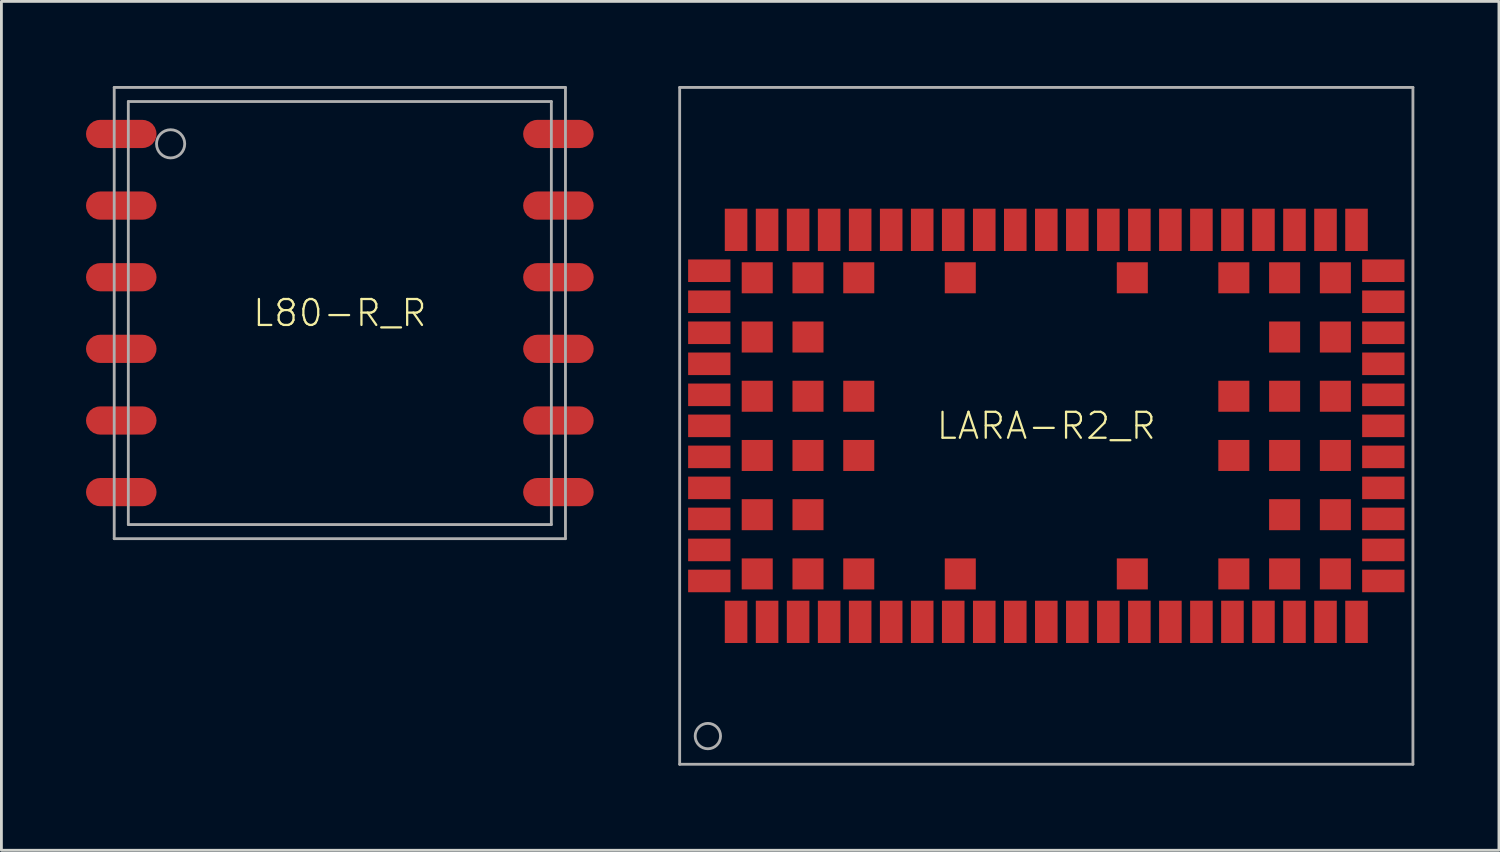
<source format=kicad_pcb>
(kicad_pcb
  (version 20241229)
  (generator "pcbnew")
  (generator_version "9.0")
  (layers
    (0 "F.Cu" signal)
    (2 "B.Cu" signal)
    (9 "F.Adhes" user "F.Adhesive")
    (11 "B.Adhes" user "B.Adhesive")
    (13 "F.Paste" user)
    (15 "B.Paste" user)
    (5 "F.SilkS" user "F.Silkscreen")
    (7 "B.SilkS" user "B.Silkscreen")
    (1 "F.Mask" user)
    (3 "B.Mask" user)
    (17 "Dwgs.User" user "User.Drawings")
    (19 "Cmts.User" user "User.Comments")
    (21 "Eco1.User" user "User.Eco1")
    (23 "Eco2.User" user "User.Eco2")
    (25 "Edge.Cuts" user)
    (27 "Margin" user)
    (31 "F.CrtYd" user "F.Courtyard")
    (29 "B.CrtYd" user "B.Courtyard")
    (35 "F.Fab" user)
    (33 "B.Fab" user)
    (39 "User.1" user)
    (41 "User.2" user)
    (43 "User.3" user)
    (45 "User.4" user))
  (footprint "L80-R_R"
    (layer "F.Cu")
    (at 9 8.05)
    (property "Reference" "L80-R_R" (at 0 0 0) (unlocked yes) (layer "F.SilkS") (effects (font (size 0.92 0.92) (thickness 0.08))))
    (fp_line (start -8 -8) (end 8 -8) (stroke (width 0.1) (type solid)) (layer "F.Fab"))
    (fp_line (start -8 8) (end -8 -8) (stroke (width 0.1) (type solid)) (layer "F.Fab"))
    (fp_line (start -7.5 -7.5) (end 7.5 -7.5) (stroke (width 0.1) (type solid)) (layer "F.Fab"))
    (fp_line (start -7.5 7.5) (end -7.5 -7.5) (stroke (width 0.1) (type solid)) (layer "F.Fab"))
    (fp_line (start 7.5 -7.5) (end 7.5 7.5) (stroke (width 0.1) (type solid)) (layer "F.Fab"))
    (fp_line (start 7.5 7.5) (end -7.5 7.5) (stroke (width 0.1) (type solid)) (layer "F.Fab"))
    (fp_line (start 8 -8) (end 8 8) (stroke (width 0.1) (type solid)) (layer "F.Fab"))
    (fp_line (start 8 8) (end -8 8) (stroke (width 0.1) (type solid)) (layer "F.Fab"))
    (fp_circle (center -6 -6) (end -5.5 -6) (stroke (width 0.1) (type solid)) (fill no) (layer "F.Fab"))
    (pad "1" smd roundrect (at -7.75 -6.35) (size 2.5 1) (layers "F.Cu" "F.Mask" "F.Paste") (roundrect_rratio 0.5))
    (pad "2" smd roundrect (at -7.75 -3.81) (size 2.5 1) (layers "F.Cu" "F.Mask" "F.Paste") (roundrect_rratio 0.5))
    (pad "3" smd roundrect (at -7.75 -1.27) (size 2.5 1) (layers "F.Cu" "F.Mask" "F.Paste") (roundrect_rratio 0.5))
    (pad "4" smd roundrect (at -7.75 1.27) (size 2.5 1) (layers "F.Cu" "F.Mask" "F.Paste") (roundrect_rratio 0.5))
    (pad "5" smd roundrect (at -7.75 3.81) (size 2.5 1) (layers "F.Cu" "F.Mask" "F.Paste") (roundrect_rratio 0.5))
    (pad "6" smd roundrect (at -7.75 6.35) (size 2.5 1) (layers "F.Cu" "F.Mask" "F.Paste") (roundrect_rratio 0.5))
    (pad "7" smd roundrect (at 7.75 6.35) (size 2.5 1) (layers "F.Cu" "F.Mask" "F.Paste") (roundrect_rratio 0.5))
    (pad "8" smd roundrect (at 7.75 3.81) (size 2.5 1) (layers "F.Cu" "F.Mask" "F.Paste") (roundrect_rratio 0.5))
    (pad "9" smd roundrect (at 7.75 1.27) (size 2.5 1) (layers "F.Cu" "F.Mask" "F.Paste") (roundrect_rratio 0.5))
    (pad "10" smd roundrect (at 7.75 -1.27) (size 2.5 1) (layers "F.Cu" "F.Mask" "F.Paste") (roundrect_rratio 0.5))
    (pad "11" smd roundrect (at 7.75 -3.81) (size 2.5 1) (layers "F.Cu" "F.Mask" "F.Paste") (roundrect_rratio 0.5))
    (pad "12" smd roundrect (at 7.75 -6.35) (size 2.5 1) (layers "F.Cu" "F.Mask" "F.Paste") (roundrect_rratio 0.5)))
  (footprint "LARA-R2_R"
    (layer "F.Cu")
    (at 34.05 12.05)
    (property "Reference" "LARA-R2_R" (at 0 0 0) (unlocked yes) (layer "F.SilkS") (effects (font (size 0.92 0.92) (thickness 0.08))))
    (fp_line (start -13 -12) (end -13 12) (stroke (width 0.1) (type solid)) (layer "F.Fab"))
    (fp_line (start -13 12) (end 13 12) (stroke (width 0.1) (type solid)) (layer "F.Fab"))
    (fp_line (start 13 -12) (end -13 -12) (stroke (width 0.1) (type solid)) (layer "F.Fab"))
    (fp_line (start 13 12) (end 13 -12) (stroke (width 0.1) (type solid)) (layer "F.Fab"))
    (fp_circle (center -12 11) (end -11.55 11) (stroke (width 0.1) (type solid)) (fill no) (layer "F.Fab"))
    (pad "1" smd rect (at -11 6.95) (size 0.8 1.5) (layers "F.Cu" "F.Mask" "F.Paste"))
    (pad "2" smd rect (at -9.9 6.95) (size 0.8 1.5) (layers "F.Cu" "F.Mask" "F.Paste"))
    (pad "3" smd rect (at -8.8 6.95) (size 0.8 1.5) (layers "F.Cu" "F.Mask" "F.Paste"))
    (pad "4" smd rect (at -7.7 6.95) (size 0.8 1.5) (layers "F.Cu" "F.Mask" "F.Paste"))
    (pad "5" smd rect (at -6.6 6.95) (size 0.8 1.5) (layers "F.Cu" "F.Mask" "F.Paste"))
    (pad "6" smd rect (at -5.5 6.95) (size 0.8 1.5) (layers "F.Cu" "F.Mask" "F.Paste"))
    (pad "7" smd rect (at -4.4 6.95) (size 0.8 1.5) (layers "F.Cu" "F.Mask" "F.Paste"))
    (pad "8" smd rect (at -3.3 6.95) (size 0.8 1.5) (layers "F.Cu" "F.Mask" "F.Paste"))
    (pad "9" smd rect (at -2.2 6.95) (size 0.8 1.5) (layers "F.Cu" "F.Mask" "F.Paste"))
    (pad "10" smd rect (at -1.1 6.95) (size 0.8 1.5) (layers "F.Cu" "F.Mask" "F.Paste"))
    (pad "11" smd rect (at 0 6.95) (size 0.8 1.5) (layers "F.Cu" "F.Mask" "F.Paste"))
    (pad "12" smd rect (at 1.1 6.95) (size 0.8 1.5) (layers "F.Cu" "F.Mask" "F.Paste"))
    (pad "13" smd rect (at 2.2 6.95) (size 0.8 1.5) (layers "F.Cu" "F.Mask" "F.Paste"))
    (pad "14" smd rect (at 3.3 6.95) (size 0.8 1.5) (layers "F.Cu" "F.Mask" "F.Paste"))
    (pad "15" smd rect (at 4.4 6.95) (size 0.8 1.5) (layers "F.Cu" "F.Mask" "F.Paste"))
    (pad "16" smd rect (at 5.5 6.95) (size 0.8 1.5) (layers "F.Cu" "F.Mask" "F.Paste"))
    (pad "17" smd rect (at 6.6 6.95) (size 0.8 1.5) (layers "F.Cu" "F.Mask" "F.Paste"))
    (pad "18" smd rect (at 7.7 6.95) (size 0.8 1.5) (layers "F.Cu" "F.Mask" "F.Paste"))
    (pad "19" smd rect (at 8.8 6.95) (size 0.8 1.5) (layers "F.Cu" "F.Mask" "F.Paste"))
    (pad "20" smd rect (at 9.9 6.95) (size 0.8 1.5) (layers "F.Cu" "F.Mask" "F.Paste"))
    (pad "21" smd rect (at 11 6.95) (size 0.8 1.5) (layers "F.Cu" "F.Mask" "F.Paste"))
    (pad "22" smd rect (at 11.95 5.5 90) (size 0.8 1.5) (layers "F.Cu" "F.Mask" "F.Paste"))
    (pad "23" smd rect (at 11.95 4.4 90) (size 0.8 1.5) (layers "F.Cu" "F.Mask" "F.Paste"))
    (pad "24" smd rect (at 11.95 3.3 90) (size 0.8 1.5) (layers "F.Cu" "F.Mask" "F.Paste"))
    (pad "25" smd rect (at 11.95 2.2 90) (size 0.8 1.5) (layers "F.Cu" "F.Mask" "F.Paste"))
    (pad "26" smd rect (at 11.95 1.1 90) (size 0.8 1.5) (layers "F.Cu" "F.Mask" "F.Paste"))
    (pad "27" smd rect (at 11.95 0 90) (size 0.8 1.5) (layers "F.Cu" "F.Mask" "F.Paste"))
    (pad "28" smd rect (at 11.95 -1.1 90) (size 0.8 1.5) (layers "F.Cu" "F.Mask" "F.Paste"))
    (pad "29" smd rect (at 11.95 -2.2 90) (size 0.8 1.5) (layers "F.Cu" "F.Mask" "F.Paste"))
    (pad "30" smd rect (at 11.95 -3.3 90) (size 0.8 1.5) (layers "F.Cu" "F.Mask" "F.Paste"))
    (pad "31" smd rect (at 11.95 -4.4 90) (size 0.8 1.5) (layers "F.Cu" "F.Mask" "F.Paste"))
    (pad "32" smd rect (at 11.95 -5.5 90) (size 0.8 1.5) (layers "F.Cu" "F.Mask" "F.Paste"))
    (pad "33" smd rect (at 11 -6.95 180) (size 0.8 1.5) (layers "F.Cu" "F.Mask" "F.Paste"))
    (pad "34" smd rect (at 9.9 -6.95 180) (size 0.8 1.5) (layers "F.Cu" "F.Mask" "F.Paste"))
    (pad "35" smd rect (at 8.8 -6.95 180) (size 0.8 1.5) (layers "F.Cu" "F.Mask" "F.Paste"))
    (pad "36" smd rect (at 7.7 -6.95 180) (size 0.8 1.5) (layers "F.Cu" "F.Mask" "F.Paste"))
    (pad "37" smd rect (at 6.6 -6.95 180) (size 0.8 1.5) (layers "F.Cu" "F.Mask" "F.Paste"))
    (pad "38" smd rect (at 5.5 -6.95 180) (size 0.8 1.5) (layers "F.Cu" "F.Mask" "F.Paste"))
    (pad "39" smd rect (at 4.4 -6.95 180) (size 0.8 1.5) (layers "F.Cu" "F.Mask" "F.Paste"))
    (pad "40" smd rect (at 3.3 -6.95 180) (size 0.8 1.5) (layers "F.Cu" "F.Mask" "F.Paste"))
    (pad "41" smd rect (at 2.2 -6.95 180) (size 0.8 1.5) (layers "F.Cu" "F.Mask" "F.Paste"))
    (pad "42" smd rect (at 1.1 -6.95 180) (size 0.8 1.5) (layers "F.Cu" "F.Mask" "F.Paste"))
    (pad "43" smd rect (at 0 -6.95 180) (size 0.8 1.5) (layers "F.Cu" "F.Mask" "F.Paste"))
    (pad "44" smd rect (at -1.1 -6.95 180) (size 0.8 1.5) (layers "F.Cu" "F.Mask" "F.Paste"))
    (pad "45" smd rect (at -2.2 -6.95 180) (size 0.8 1.5) (layers "F.Cu" "F.Mask" "F.Paste"))
    (pad "46" smd rect (at -3.3 -6.95 180) (size 0.8 1.5) (layers "F.Cu" "F.Mask" "F.Paste"))
    (pad "47" smd rect (at -4.4 -6.95 180) (size 0.8 1.5) (layers "F.Cu" "F.Mask" "F.Paste"))
    (pad "48" smd rect (at -5.5 -6.95 180) (size 0.8 1.5) (layers "F.Cu" "F.Mask" "F.Paste"))
    (pad "49" smd rect (at -6.6 -6.95 180) (size 0.8 1.5) (layers "F.Cu" "F.Mask" "F.Paste"))
    (pad "50" smd rect (at -7.7 -6.95 180) (size 0.8 1.5) (layers "F.Cu" "F.Mask" "F.Paste"))
    (pad "51" smd rect (at -8.8 -6.95 180) (size 0.8 1.5) (layers "F.Cu" "F.Mask" "F.Paste"))
    (pad "52" smd rect (at -9.9 -6.95 180) (size 0.8 1.5) (layers "F.Cu" "F.Mask" "F.Paste"))
    (pad "53" smd rect (at -11 -6.95 180) (size 0.8 1.5) (layers "F.Cu" "F.Mask" "F.Paste"))
    (pad "54" smd rect (at -11.95 -5.5 90) (size 0.8 1.5) (layers "F.Cu" "F.Mask" "F.Paste"))
    (pad "55" smd rect (at -11.95 -4.4 270) (size 0.8 1.5) (layers "F.Cu" "F.Mask" "F.Paste"))
    (pad "56" smd rect (at -11.95 -3.3 270) (size 0.8 1.5) (layers "F.Cu" "F.Mask" "F.Paste"))
    (pad "57" smd rect (at -11.95 -2.2 270) (size 0.8 1.5) (layers "F.Cu" "F.Mask" "F.Paste"))
    (pad "58" smd rect (at -11.95 -1.1 270) (size 0.8 1.5) (layers "F.Cu" "F.Mask" "F.Paste"))
    (pad "59" smd rect (at -11.95 0 270) (size 0.8 1.5) (layers "F.Cu" "F.Mask" "F.Paste"))
    (pad "60" smd rect (at -11.95 1.1 270) (size 0.8 1.5) (layers "F.Cu" "F.Mask" "F.Paste"))
    (pad "61" smd rect (at -11.95 2.2 270) (size 0.8 1.5) (layers "F.Cu" "F.Mask" "F.Paste"))
    (pad "62" smd rect (at -11.95 3.3 270) (size 0.8 1.5) (layers "F.Cu" "F.Mask" "F.Paste"))
    (pad "63" smd rect (at -11.95 4.4 270) (size 0.8 1.5) (layers "F.Cu" "F.Mask" "F.Paste"))
    (pad "64" smd rect (at -11.95 5.5 270) (size 0.8 1.5) (layers "F.Cu" "F.Mask" "F.Paste"))
    (pad "65" smd rect (at -10.25 5.25) (size 1.1 1.1) (layers "F.Cu" "F.Mask" "F.Paste"))
    (pad "66" smd rect (at -10.25 3.15) (size 1.1 1.1) (layers "F.Cu" "F.Mask" "F.Paste"))
    (pad "67" smd rect (at -10.25 1.05) (size 1.1 1.1) (layers "F.Cu" "F.Mask" "F.Paste"))
    (pad "68" smd rect (at -10.25 -1.05) (size 1.1 1.1) (layers "F.Cu" "F.Mask" "F.Paste"))
    (pad "69" smd rect (at -10.25 -3.15) (size 1.1 1.1) (layers "F.Cu" "F.Mask" "F.Paste"))
    (pad "70" smd rect (at -10.25 -5.25) (size 1.1 1.1) (layers "F.Cu" "F.Mask" "F.Paste"))
    (pad "71" smd rect (at -8.45 5.25) (size 1.1 1.1) (layers "F.Cu" "F.Mask" "F.Paste"))
    (pad "72" smd rect (at -8.45 3.15) (size 1.1 1.1) (layers "F.Cu" "F.Mask" "F.Paste"))
    (pad "73" smd rect (at -8.45 1.05) (size 1.1 1.1) (layers "F.Cu" "F.Mask" "F.Paste"))
    (pad "74" smd rect (at -8.45 -1.05) (size 1.1 1.1) (layers "F.Cu" "F.Mask" "F.Paste"))
    (pad "75" smd rect (at -8.45 -3.15) (size 1.1 1.1) (layers "F.Cu" "F.Mask" "F.Paste"))
    (pad "76" smd rect (at -8.45 -5.25) (size 1.1 1.1) (layers "F.Cu" "F.Mask" "F.Paste"))
    (pad "77" smd rect (at -6.65 5.25) (size 1.1 1.1) (layers "F.Cu" "F.Mask" "F.Paste"))
    (pad "78" smd rect (at -6.65 -5.25) (size 1.1 1.1) (layers "F.Cu" "F.Mask" "F.Paste"))
    (pad "79" smd rect (at -3.05 5.25) (size 1.1 1.1) (layers "F.Cu" "F.Mask" "F.Paste"))
    (pad "80" smd rect (at -3.05 -5.25) (size 1.1 1.1) (layers "F.Cu" "F.Mask" "F.Paste"))
    (pad "81" smd rect (at 3.05 5.25) (size 1.1 1.1) (layers "F.Cu" "F.Mask" "F.Paste"))
    (pad "82" smd rect (at 3.05 -5.25) (size 1.1 1.1) (layers "F.Cu" "F.Mask" "F.Paste"))
    (pad "83" smd rect (at 6.65 5.25) (size 1.1 1.1) (layers "F.Cu" "F.Mask" "F.Paste"))
    (pad "84" smd rect (at 6.65 -5.25) (size 1.1 1.1) (layers "F.Cu" "F.Mask" "F.Paste"))
    (pad "85" smd rect (at 8.45 5.25) (size 1.1 1.1) (layers "F.Cu" "F.Mask" "F.Paste"))
    (pad "86" smd rect (at 8.45 3.15) (size 1.1 1.1) (layers "F.Cu" "F.Mask" "F.Paste"))
    (pad "87" smd rect (at 8.45 1.05) (size 1.1 1.1) (layers "F.Cu" "F.Mask" "F.Paste"))
    (pad "88" smd rect (at 8.45 -1.05) (size 1.1 1.1) (layers "F.Cu" "F.Mask" "F.Paste"))
    (pad "89" smd rect (at 8.45 -3.15) (size 1.1 1.1) (layers "F.Cu" "F.Mask" "F.Paste"))
    (pad "90" smd rect (at 8.45 -5.25) (size 1.1 1.1) (layers "F.Cu" "F.Mask" "F.Paste"))
    (pad "91" smd rect (at 10.25 5.25) (size 1.1 1.1) (layers "F.Cu" "F.Mask" "F.Paste"))
    (pad "92" smd rect (at 10.25 3.15) (size 1.1 1.1) (layers "F.Cu" "F.Mask" "F.Paste"))
    (pad "93" smd rect (at 10.25 1.05) (size 1.1 1.1) (layers "F.Cu" "F.Mask" "F.Paste"))
    (pad "94" smd rect (at 10.25 -1.05) (size 1.1 1.1) (layers "F.Cu" "F.Mask" "F.Paste"))
    (pad "95" smd rect (at 10.25 -3.15) (size 1.1 1.1) (layers "F.Cu" "F.Mask" "F.Paste"))
    (pad "96" smd rect (at 10.25 -5.25) (size 1.1 1.1) (layers "F.Cu" "F.Mask" "F.Paste"))
    (pad "97" smd rect (at -6.65 1.05) (size 1.1 1.1) (layers "F.Cu" "F.Mask" "F.Paste"))
    (pad "98" smd rect (at -6.65 -1.05) (size 1.1 1.1) (layers "F.Cu" "F.Mask" "F.Paste"))
    (pad "99" smd rect (at 6.65 1.05) (size 1.1 1.1) (layers "F.Cu" "F.Mask" "F.Paste"))
    (pad "100" smd rect (at 6.65 -1.05) (size 1.1 1.1) (layers "F.Cu" "F.Mask" "F.Paste")))
  (gr_rect
    (start -3 -3)
    (end 50.1 27.1)
    (stroke (width 0.1) (type default))
    (fill no)
    (layer "Edge.Cuts")))
</source>
